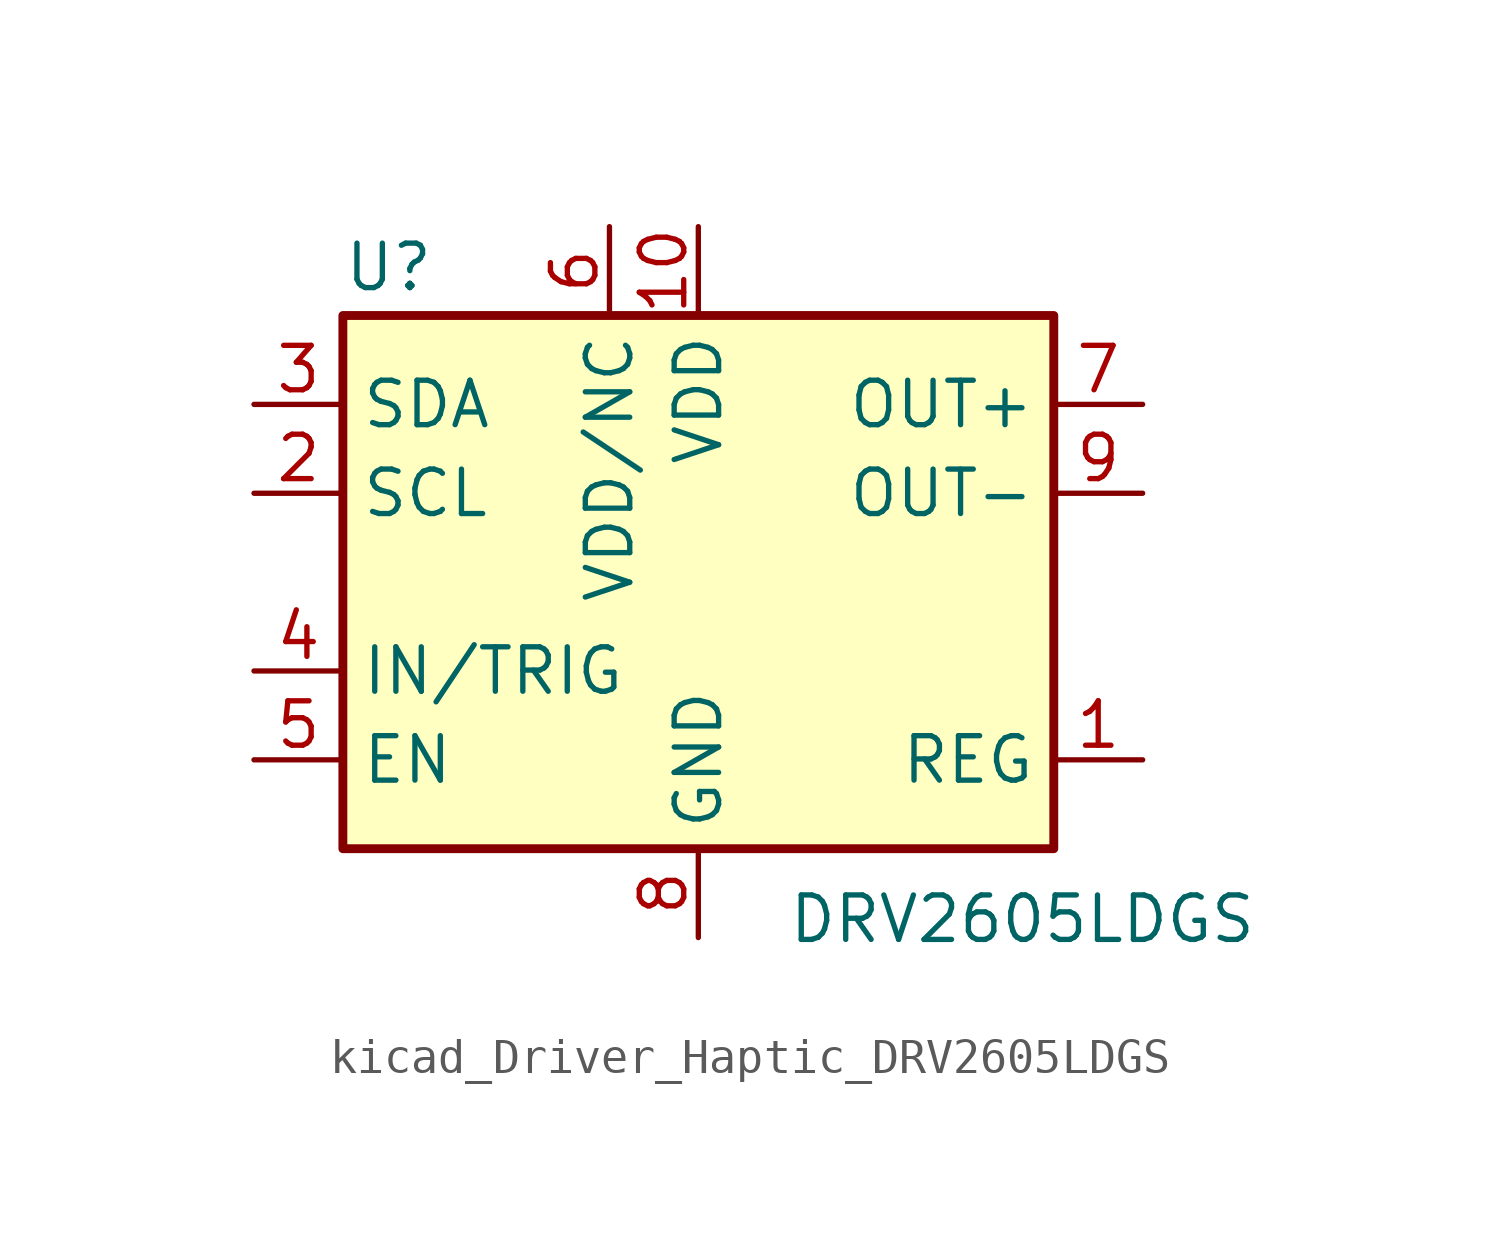
<source format=kicad_sym>
(kicad_symbol_lib
  (version 20220914)
  (generator kicad_symbol_editor)
  (symbol "kicad_Driver_Haptic_DRV2605LDGS"
    (property "Reference" "U"
      (at -10.16 8.255 0)
      (effects (font (size 1.27 1.27)) (justify left bottom)))
    (property "Value" "DRV2605LDGS"
      (at 2.54 -8.89 0)
      (effects (font (size 1.27 1.27)) (justify left top)))
    (symbol "kicad_Driver_Haptic_DRV2605LDGS_0_1"
      (rectangle (start -10.16 7.62) (end 10.16 -7.62) (stroke (width 0.254) (type default)) (fill (type background))))
    (symbol "kicad_Driver_Haptic_DRV2605LDGS_1_1"
      (pin passive line (at 12.7 -5.08 180) (length 2.54) (name "REG" (effects (font (size 1.27 1.27)))) (number "1" (effects (font (size 1.27 1.27)))))
      (pin power_in line (at 0 10.16 270) (length 2.54) (name "VDD" (effects (font (size 1.27 1.27)))) (number "10" (effects (font (size 1.27 1.27)))))
      (pin input line (at -12.7 2.54 0) (length 2.54) (name "SCL" (effects (font (size 1.27 1.27)))) (number "2" (effects (font (size 1.27 1.27)))))
      (pin bidirectional line (at -12.7 5.08 0) (length 2.54) (name "SDA" (effects (font (size 1.27 1.27)))) (number "3" (effects (font (size 1.27 1.27)))))
      (pin input line (at -12.7 -2.54 0) (length 2.54) (name "IN/TRIG" (effects (font (size 1.27 1.27)))) (number "4" (effects (font (size 1.27 1.27)))))
      (pin input line (at -12.7 -5.08 0) (length 2.54) (name "EN" (effects (font (size 1.27 1.27)))) (number "5" (effects (font (size 1.27 1.27)))))
      (pin power_in line (at -2.54 10.16 270) (length 2.54) (name "VDD/NC" (effects (font (size 1.27 1.27)))) (number "6" (effects (font (size 1.27 1.27)))))
      (pin output line (at 12.7 5.08 180) (length 2.54) (name "OUT+" (effects (font (size 1.27 1.27)))) (number "7" (effects (font (size 1.27 1.27)))))
      (pin power_in line (at 0 -10.16 90) (length 2.54) (name "GND" (effects (font (size 1.27 1.27)))) (number "8" (effects (font (size 1.27 1.27)))))
      (pin output line (at 12.7 2.54 180) (length 2.54) (name "OUT-" (effects (font (size 1.27 1.27)))) (number "9" (effects (font (size 1.27 1.27))))))))
</source>
